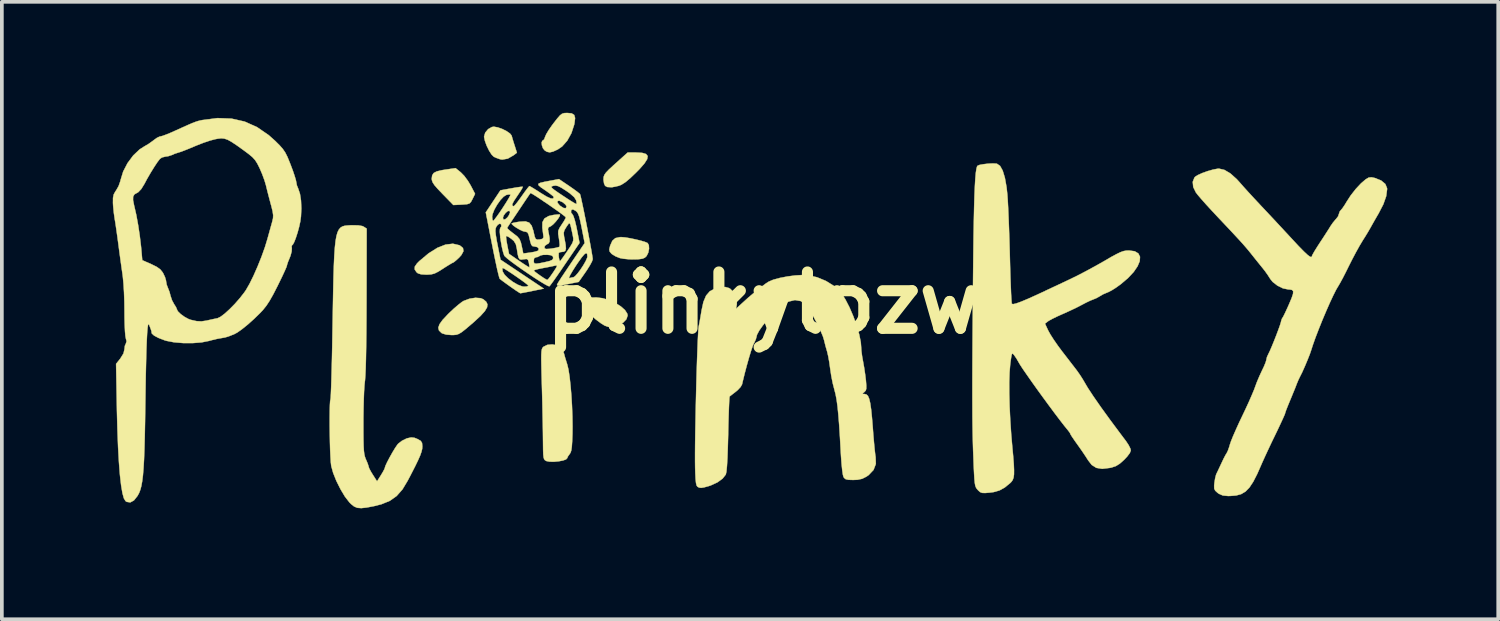
<source format=kicad_pcb>
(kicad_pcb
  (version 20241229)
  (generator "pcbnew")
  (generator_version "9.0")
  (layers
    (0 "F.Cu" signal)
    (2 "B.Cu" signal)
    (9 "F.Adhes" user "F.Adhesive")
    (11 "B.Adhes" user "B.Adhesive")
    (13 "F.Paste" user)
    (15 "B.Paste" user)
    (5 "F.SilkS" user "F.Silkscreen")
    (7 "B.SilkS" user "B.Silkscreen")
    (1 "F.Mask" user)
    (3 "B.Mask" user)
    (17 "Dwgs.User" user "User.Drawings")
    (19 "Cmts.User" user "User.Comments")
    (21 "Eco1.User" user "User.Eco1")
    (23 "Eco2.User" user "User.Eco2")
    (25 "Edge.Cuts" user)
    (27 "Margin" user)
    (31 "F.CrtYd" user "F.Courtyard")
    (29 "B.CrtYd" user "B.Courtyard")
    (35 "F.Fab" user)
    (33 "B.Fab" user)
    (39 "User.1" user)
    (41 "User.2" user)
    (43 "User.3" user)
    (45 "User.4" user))
  (footprint "plinkylpzw"
    (layer "F.Cu")
    (at 17.588 5.139)
    (property "Reference" "plinkylpzw" (at 0 0 0) (layer "F.SilkS") (effects (font (size 1.524 1.524) (thickness 0.3))))
    (attr through_hole)
    (fp_poly (pts (xy -8.178 -3.529) (xy -8.085 -3.434) (xy -7.986 -3.301) (xy -7.914 -3.182) (xy -7.791 -2.947) (xy -7.86 -2.807) (xy -7.901 -2.73) (xy -7.943 -2.687) (xy -8.008 -2.667) (xy -8.119 -2.658) (xy -8.153 -2.656) (xy -8.378 -2.645) (xy -8.67 -2.944) (xy -8.801 -3.081) (xy -8.888 -3.181) (xy -8.937 -3.256) (xy -8.959 -3.319) (xy -8.963 -3.358) (xy -8.951 -3.447) (xy -8.91 -3.51) (xy -8.826 -3.554) (xy -8.687 -3.587) (xy -8.586 -3.603) (xy -8.318 -3.642) (xy -8.178 -3.529)) (stroke (width 0.01) (type solid)) (fill yes) (layer "F.SilkS"))
    (fp_poly (pts (xy -7.18 -4.745) (xy -7.057 -4.702) (xy -6.938 -4.642) (xy -6.846 -4.578) (xy -6.803 -4.523) (xy -6.781 -4.445) (xy -6.746 -4.329) (xy -6.721 -4.252) (xy -6.66 -4.059) (xy -6.75 -3.99) (xy -6.908 -3.899) (xy -7.057 -3.874) (xy -7.114 -3.883) (xy -7.218 -3.92) (xy -7.284 -3.95) (xy -7.344 -4.009) (xy -7.412 -4.116) (xy -7.476 -4.246) (xy -7.524 -4.377) (xy -7.547 -4.485) (xy -7.547 -4.497) (xy -7.516 -4.602) (xy -7.438 -4.696) (xy -7.337 -4.754) (xy -7.285 -4.763) (xy -7.18 -4.745)) (stroke (width 0.01) (type solid)) (fill yes) (layer "F.SilkS"))
    (fp_poly (pts (xy -3.272 -4.055) (xy -3.168 -4.024) (xy -3.123 -3.969) (xy -3.137 -3.885) (xy -3.211 -3.769) (xy -3.344 -3.617) (xy -3.438 -3.522) (xy -3.601 -3.366) (xy -3.73 -3.259) (xy -3.834 -3.193) (xy -3.905 -3.164) (xy -4.089 -3.125) (xy -4.218 -3.132) (xy -4.274 -3.164) (xy -4.303 -3.227) (xy -4.318 -3.326) (xy -4.318 -3.342) (xy -4.314 -3.403) (xy -4.295 -3.458) (xy -4.253 -3.519) (xy -4.178 -3.598) (xy -4.061 -3.707) (xy -3.991 -3.77) (xy -3.664 -4.064) (xy -3.436 -4.064) (xy -3.272 -4.055)) (stroke (width 0.01) (type solid)) (fill yes) (layer "F.SilkS"))
    (fp_poly (pts (xy -4.341 -0.125) (xy -4.167 -0.073) (xy -3.998 0.003) (xy -3.85 0.096) (xy -3.737 0.196) (xy -3.674 0.295) (xy -3.665 0.342) (xy -3.698 0.443) (xy -3.787 0.536) (xy -3.913 0.608) (xy -4.06 0.649) (xy -4.127 0.653) (xy -4.207 0.645) (xy -4.288 0.615) (xy -4.386 0.554) (xy -4.52 0.454) (xy -4.53 0.446) (xy -4.648 0.345) (xy -4.744 0.252) (xy -4.802 0.181) (xy -4.812 0.159) (xy -4.81 0.073) (xy -4.776 -0.027) (xy -4.774 -0.032) (xy -4.735 -0.096) (xy -4.69 -0.13) (xy -4.614 -0.143) (xy -4.508 -0.145) (xy -4.341 -0.125)) (stroke (width 0.01) (type solid)) (fill yes) (layer "F.SilkS"))
    (fp_poly (pts (xy -8.215 -1.557) (xy -8.201 -1.55) (xy -8.118 -1.482) (xy -8.105 -1.397) (xy -8.161 -1.292) (xy -8.225 -1.221) (xy -8.306 -1.147) (xy -8.366 -1.098) (xy -8.385 -1.089) (xy -8.424 -1.07) (xy -8.507 -1.02) (xy -8.619 -0.95) (xy -8.656 -0.925) (xy -8.789 -0.842) (xy -8.889 -0.792) (xy -8.98 -0.769) (xy -9.087 -0.762) (xy -9.109 -0.762) (xy -9.248 -0.77) (xy -9.335 -0.797) (xy -9.374 -0.828) (xy -9.424 -0.904) (xy -9.421 -0.978) (xy -9.362 -1.064) (xy -9.298 -1.129) (xy -9.048 -1.338) (xy -8.811 -1.487) (xy -8.59 -1.574) (xy -8.39 -1.598) (xy -8.215 -1.557)) (stroke (width 0.01) (type solid)) (fill yes) (layer "F.SilkS"))
    (fp_poly (pts (xy -3.729 -1.768) (xy -3.591 -1.745) (xy -3.437 -1.712) (xy -3.292 -1.676) (xy -3.178 -1.64) (xy -3.125 -1.617) (xy -3.092 -1.559) (xy -3.086 -1.463) (xy -3.107 -1.357) (xy -3.151 -1.269) (xy -3.152 -1.266) (xy -3.201 -1.22) (xy -3.266 -1.193) (xy -3.368 -1.179) (xy -3.47 -1.175) (xy -3.626 -1.177) (xy -3.777 -1.192) (xy -3.873 -1.21) (xy -3.989 -1.256) (xy -4.086 -1.315) (xy -4.104 -1.33) (xy -4.152 -1.388) (xy -4.162 -1.446) (xy -4.14 -1.536) (xy -4.137 -1.547) (xy -4.079 -1.678) (xy -3.997 -1.75) (xy -3.874 -1.776) (xy -3.83 -1.777) (xy -3.729 -1.768)) (stroke (width 0.01) (type solid)) (fill yes) (layer "F.SilkS"))
    (fp_poly (pts (xy -7.64 -0.125) (xy -7.569 -0.096) (xy -7.491 -0.031) (xy -7.456 0.04) (xy -7.467 0.123) (xy -7.527 0.224) (xy -7.639 0.349) (xy -7.807 0.505) (xy -7.918 0.601) (xy -8.056 0.718) (xy -8.155 0.795) (xy -8.23 0.84) (xy -8.296 0.863) (xy -8.369 0.87) (xy -8.427 0.871) (xy -8.572 0.859) (xy -8.681 0.826) (xy -8.7 0.814) (xy -8.767 0.749) (xy -8.785 0.674) (xy -8.753 0.58) (xy -8.668 0.461) (xy -8.526 0.31) (xy -8.5 0.284) (xy -8.372 0.163) (xy -8.249 0.057) (xy -8.149 -0.021) (xy -8.101 -0.051) (xy -7.941 -0.111) (xy -7.78 -0.136) (xy -7.64 -0.125)) (stroke (width 0.01) (type solid)) (fill yes) (layer "F.SilkS"))
    (fp_poly (pts (xy -5.178 -5.123) (xy -5.11 -5.08) (xy -5.086 -4.996) (xy -5.102 -4.861) (xy -5.111 -4.816) (xy -5.186 -4.587) (xy -5.298 -4.385) (xy -5.437 -4.228) (xy -5.552 -4.149) (xy -5.681 -4.09) (xy -5.772 -4.069) (xy -5.848 -4.085) (xy -5.906 -4.12) (xy -5.954 -4.178) (xy -5.983 -4.258) (xy -5.991 -4.335) (xy -5.972 -4.384) (xy -5.954 -4.391) (xy -5.922 -4.422) (xy -5.897 -4.49) (xy -5.865 -4.563) (xy -5.799 -4.673) (xy -5.71 -4.801) (xy -5.664 -4.862) (xy -5.565 -4.989) (xy -5.495 -5.069) (xy -5.439 -5.112) (xy -5.382 -5.13) (xy -5.311 -5.134) (xy -5.298 -5.134) (xy -5.178 -5.123)) (stroke (width 0.01) (type solid)) (fill yes) (layer "F.SilkS"))
    (fp_poly (pts (xy -5.573 1.149) (xy -5.486 1.198) (xy -5.419 1.288) (xy -5.386 1.371) (xy -5.362 1.461) (xy -5.324 1.586) (xy -5.298 1.669) (xy -5.266 1.802) (xy -5.236 1.994) (xy -5.21 2.23) (xy -5.187 2.498) (xy -5.17 2.782) (xy -5.159 3.07) (xy -5.155 3.347) (xy -5.157 3.543) (xy -5.165 3.748) (xy -5.175 3.892) (xy -5.189 3.99) (xy -5.209 4.052) (xy -5.234 4.09) (xy -5.282 4.157) (xy -5.298 4.199) (xy -5.331 4.234) (xy -5.415 4.264) (xy -5.531 4.286) (xy -5.658 4.298) (xy -5.775 4.296) (xy -5.861 4.279) (xy -5.869 4.275) (xy -5.901 4.256) (xy -5.923 4.228) (xy -5.938 4.179) (xy -5.947 4.098) (xy -5.951 3.972) (xy -5.953 3.79) (xy -5.954 3.705) (xy -5.956 3.515) (xy -5.96 3.271) (xy -5.966 2.991) (xy -5.972 2.69) (xy -5.98 2.389) (xy -5.985 2.213) (xy -5.993 1.924) (xy -5.998 1.699) (xy -6.001 1.529) (xy -6 1.405) (xy -5.995 1.319) (xy -5.986 1.262) (xy -5.973 1.226) (xy -5.955 1.201) (xy -5.941 1.188) (xy -5.837 1.137) (xy -5.704 1.125) (xy -5.573 1.149)) (stroke (width 0.01) (type solid)) (fill yes) (layer "F.SilkS"))
    (fp_poly (pts (xy -10.959 -2.096) (xy -10.84 -2.076) (xy -10.8 -2.057) (xy -10.722 -2.006) (xy -10.726 -0.069) (xy -10.728 0.406) (xy -10.731 0.832) (xy -10.736 1.205) (xy -10.742 1.522) (xy -10.749 1.779) (xy -10.758 1.971) (xy -10.767 2.096) (xy -10.771 2.123) (xy -10.782 2.234) (xy -10.793 2.403) (xy -10.801 2.615) (xy -10.807 2.858) (xy -10.811 3.115) (xy -10.811 3.229) (xy -10.811 3.505) (xy -10.809 3.717) (xy -10.805 3.879) (xy -10.798 3.998) (xy -10.787 4.087) (xy -10.772 4.155) (xy -10.752 4.213) (xy -10.74 4.24) (xy -10.697 4.342) (xy -10.672 4.417) (xy -10.668 4.437) (xy -10.65 4.486) (xy -10.602 4.574) (xy -10.555 4.651) (xy -10.442 4.827) (xy -10.337 4.662) (xy -10.279 4.565) (xy -10.241 4.492) (xy -10.233 4.468) (xy -10.215 4.409) (xy -10.168 4.308) (xy -10.102 4.182) (xy -10.028 4.05) (xy -9.955 3.929) (xy -9.893 3.838) (xy -9.871 3.811) (xy -9.77 3.732) (xy -9.648 3.671) (xy -9.628 3.664) (xy -9.518 3.64) (xy -9.43 3.65) (xy -9.349 3.683) (xy -9.262 3.732) (xy -9.225 3.789) (xy -9.217 3.883) (xy -9.217 3.886) (xy -9.222 3.952) (xy -9.241 4.03) (xy -9.276 4.129) (xy -9.333 4.258) (xy -9.415 4.427) (xy -9.526 4.644) (xy -9.612 4.808) (xy -9.755 5.046) (xy -9.912 5.224) (xy -10.096 5.354) (xy -10.324 5.447) (xy -10.524 5.498) (xy -10.724 5.536) (xy -10.869 5.552) (xy -10.977 5.543) (xy -11.064 5.506) (xy -11.146 5.44) (xy -11.192 5.393) (xy -11.311 5.239) (xy -11.431 5.038) (xy -11.542 4.816) (xy -11.629 4.598) (xy -11.681 4.409) (xy -11.692 4.313) (xy -11.701 4.167) (xy -11.71 3.982) (xy -11.716 3.77) (xy -11.72 3.545) (xy -11.723 3.319) (xy -11.723 3.104) (xy -11.721 2.913) (xy -11.717 2.759) (xy -11.71 2.653) (xy -11.701 2.611) (xy -11.696 2.568) (xy -11.69 2.459) (xy -11.683 2.292) (xy -11.676 2.072) (xy -11.669 1.808) (xy -11.661 1.505) (xy -11.654 1.17) (xy -11.648 0.811) (xy -11.645 0.641) (xy -11.636 0.133) (xy -11.628 -0.308) (xy -11.62 -0.686) (xy -11.61 -1.006) (xy -11.598 -1.274) (xy -11.583 -1.492) (xy -11.564 -1.668) (xy -11.54 -1.805) (xy -11.51 -1.909) (xy -11.473 -1.983) (xy -11.429 -2.034) (xy -11.376 -2.066) (xy -11.314 -2.084) (xy -11.241 -2.092) (xy -11.157 -2.097) (xy -11.141 -2.097) (xy -10.959 -2.096)) (stroke (width 0.01) (type solid)) (fill yes) (layer "F.SilkS"))
    (fp_poly (pts (xy 1.206 -0.746) (xy 1.454 -0.692) (xy 1.698 -0.591) (xy 1.916 -0.456) (xy 2.087 -0.297) (xy 2.112 -0.266) (xy 2.223 -0.093) (xy 2.335 0.124) (xy 2.439 0.367) (xy 2.529 0.618) (xy 2.598 0.857) (xy 2.64 1.067) (xy 2.649 1.185) (xy 2.657 1.303) (xy 2.677 1.455) (xy 2.701 1.585) (xy 2.732 1.759) (xy 2.761 1.956) (xy 2.778 2.097) (xy 2.789 2.237) (xy 2.788 2.324) (xy 2.772 2.375) (xy 2.738 2.411) (xy 2.735 2.413) (xy 2.689 2.452) (xy 2.703 2.465) (xy 2.743 2.466) (xy 2.793 2.479) (xy 2.834 2.519) (xy 2.867 2.595) (xy 2.895 2.714) (xy 2.92 2.884) (xy 2.943 3.113) (xy 2.963 3.356) (xy 2.98 3.582) (xy 2.998 3.79) (xy 3.015 3.968) (xy 3.03 4.1) (xy 3.041 4.173) (xy 3.047 4.357) (xy 2.985 4.518) (xy 2.854 4.657) (xy 2.792 4.7) (xy 2.677 4.758) (xy 2.551 4.785) (xy 2.433 4.79) (xy 2.307 4.786) (xy 2.234 4.771) (xy 2.191 4.737) (xy 2.172 4.708) (xy 2.155 4.644) (xy 2.137 4.52) (xy 2.12 4.351) (xy 2.105 4.149) (xy 2.098 4.028) (xy 2.076 3.633) (xy 2.055 3.302) (xy 2.033 3.029) (xy 2.011 2.805) (xy 1.986 2.622) (xy 1.958 2.472) (xy 1.926 2.349) (xy 1.924 2.34) (xy 1.881 2.174) (xy 1.842 1.977) (xy 1.814 1.789) (xy 1.812 1.778) (xy 1.789 1.611) (xy 1.76 1.449) (xy 1.731 1.323) (xy 1.726 1.306) (xy 1.688 1.175) (xy 1.656 1.047) (xy 1.649 1.016) (xy 1.616 0.908) (xy 1.553 0.758) (xy 1.47 0.584) (xy 1.377 0.406) (xy 1.284 0.242) (xy 1.2 0.112) (xy 1.149 0.045) (xy 1.016 -0.048) (xy 0.86 -0.075) (xy 0.689 -0.034) (xy 0.642 -0.013) (xy 0.527 0.063) (xy 0.393 0.176) (xy 0.252 0.314) (xy 0.114 0.463) (xy -0.009 0.612) (xy -0.106 0.749) (xy -0.166 0.861) (xy -0.181 0.921) (xy -0.199 0.987) (xy -0.241 1.079) (xy -0.251 1.096) (xy -0.285 1.174) (xy -0.331 1.31) (xy -0.385 1.488) (xy -0.443 1.694) (xy -0.501 1.914) (xy -0.555 2.134) (xy -0.571 2.205) (xy -0.609 2.274) (xy -0.687 2.358) (xy -0.739 2.402) (xy -0.827 2.47) (xy -0.89 2.519) (xy -0.907 2.532) (xy -0.913 2.57) (xy -0.919 2.672) (xy -0.926 2.828) (xy -0.933 3.027) (xy -0.94 3.262) (xy -0.946 3.522) (xy -0.946 3.55) (xy -0.956 3.909) (xy -0.966 4.196) (xy -0.979 4.413) (xy -0.993 4.561) (xy -1.01 4.64) (xy -1.012 4.645) (xy -1.098 4.754) (xy -1.239 4.856) (xy -1.418 4.938) (xy -1.472 4.956) (xy -1.599 4.991) (xy -1.678 5.004) (xy -1.733 4.996) (xy -1.776 4.973) (xy -1.799 4.942) (xy -1.816 4.875) (xy -1.828 4.762) (xy -1.836 4.594) (xy -1.84 4.456) (xy -1.842 4.29) (xy -1.842 4.074) (xy -1.84 3.817) (xy -1.836 3.526) (xy -1.83 3.211) (xy -1.824 2.881) (xy -1.816 2.544) (xy -1.808 2.209) (xy -1.799 1.884) (xy -1.789 1.579) (xy -1.779 1.301) (xy -1.77 1.06) (xy -1.76 0.864) (xy -1.752 0.721) (xy -1.744 0.642) (xy -1.742 0.635) (xy -1.721 0.526) (xy -1.694 0.376) (xy -1.668 0.218) (xy -1.667 0.21) (xy -1.616 -0.024) (xy -1.543 -0.196) (xy -1.441 -0.314) (xy -1.302 -0.388) (xy -1.155 -0.421) (xy -1.025 -0.428) (xy -0.927 -0.4) (xy -0.889 -0.378) (xy -0.78 -0.266) (xy -0.717 -0.118) (xy -0.712 0.041) (xy -0.713 0.043) (xy -0.735 0.163) (xy -0.576 0.016) (xy -0.405 -0.139) (xy -0.229 -0.288) (xy -0.065 -0.42) (xy 0.073 -0.523) (xy 0.145 -0.57) (xy 0.271 -0.624) (xy 0.447 -0.672) (xy 0.652 -0.712) (xy 0.864 -0.74) (xy 1.062 -0.752) (xy 1.206 -0.746)) (stroke (width 0.01) (type solid)) (fill yes) (layer "F.SilkS"))
    (fp_poly (pts (xy 6.301 -3.765) (xy 6.322 -3.761) (xy 6.406 -3.703) (xy 6.477 -3.576) (xy 6.536 -3.383) (xy 6.582 -3.125) (xy 6.604 -2.921) (xy 6.614 -2.777) (xy 6.625 -2.572) (xy 6.636 -2.321) (xy 6.647 -2.035) (xy 6.658 -1.727) (xy 6.667 -1.411) (xy 6.671 -1.249) (xy 6.679 -0.956) (xy 6.687 -0.685) (xy 6.696 -0.445) (xy 6.704 -0.246) (xy 6.713 -0.095) (xy 6.72 -0.001) (xy 6.725 0.027) (xy 6.761 0.036) (xy 6.842 0.017) (xy 6.974 -0.03) (xy 7.16 -0.108) (xy 7.404 -0.218) (xy 7.566 -0.293) (xy 7.717 -0.365) (xy 7.908 -0.454) (xy 8.114 -0.551) (xy 8.29 -0.634) (xy 8.489 -0.731) (xy 8.722 -0.852) (xy 8.963 -0.983) (xy 9.185 -1.108) (xy 9.217 -1.126) (xy 9.409 -1.238) (xy 9.553 -1.316) (xy 9.66 -1.368) (xy 9.744 -1.398) (xy 9.819 -1.412) (xy 9.893 -1.415) (xy 10.048 -1.394) (xy 10.146 -1.335) (xy 10.191 -1.244) (xy 10.183 -1.127) (xy 10.125 -0.989) (xy 10.02 -0.835) (xy 9.868 -0.672) (xy 9.672 -0.505) (xy 9.543 -0.412) (xy 9.433 -0.342) (xy 9.331 -0.289) (xy 9.289 -0.272) (xy 9.19 -0.23) (xy 9.108 -0.181) (xy 9.008 -0.125) (xy 8.926 -0.092) (xy 8.848 -0.061) (xy 8.732 -0.006) (xy 8.618 0.054) (xy 8.479 0.126) (xy 8.305 0.209) (xy 8.129 0.289) (xy 8.092 0.305) (xy 7.945 0.371) (xy 7.815 0.435) (xy 7.724 0.485) (xy 7.702 0.5) (xy 7.621 0.562) (xy 7.709 0.752) (xy 7.767 0.856) (xy 7.857 0.997) (xy 7.968 1.157) (xy 8.08 1.308) (xy 8.201 1.464) (xy 8.317 1.615) (xy 8.415 1.742) (xy 8.48 1.826) (xy 8.566 1.948) (xy 8.647 2.075) (xy 8.672 2.118) (xy 8.779 2.3) (xy 8.933 2.534) (xy 9.132 2.82) (xy 9.379 3.161) (xy 9.672 3.555) (xy 9.814 3.743) (xy 9.884 3.849) (xy 9.931 3.944) (xy 9.942 3.99) (xy 9.916 4.06) (xy 9.843 4.158) (xy 9.761 4.245) (xy 9.643 4.35) (xy 9.538 4.415) (xy 9.418 4.455) (xy 9.374 4.464) (xy 9.169 4.489) (xy 9.01 4.463) (xy 8.884 4.383) (xy 8.788 4.259) (xy 8.719 4.151) (xy 8.625 4.011) (xy 8.523 3.866) (xy 8.501 3.835) (xy 8.416 3.716) (xy 8.351 3.62) (xy 8.314 3.561) (xy 8.31 3.55) (xy 8.289 3.508) (xy 8.238 3.441) (xy 8.141 3.322) (xy 8.018 3.163) (xy 7.874 2.973) (xy 7.719 2.764) (xy 7.559 2.546) (xy 7.401 2.328) (xy 7.253 2.12) (xy 7.122 1.933) (xy 7.015 1.778) (xy 6.941 1.663) (xy 6.913 1.615) (xy 6.851 1.508) (xy 6.79 1.419) (xy 6.759 1.382) (xy 6.737 1.372) (xy 6.721 1.401) (xy 6.706 1.479) (xy 6.687 1.615) (xy 6.68 1.673) (xy 6.663 1.879) (xy 6.654 2.144) (xy 6.655 2.456) (xy 6.664 2.802) (xy 6.682 3.171) (xy 6.707 3.549) (xy 6.734 3.86) (xy 6.76 4.14) (xy 6.777 4.356) (xy 6.784 4.52) (xy 6.783 4.641) (xy 6.771 4.727) (xy 6.748 4.79) (xy 6.715 4.838) (xy 6.686 4.868) (xy 6.532 4.995) (xy 6.391 5.073) (xy 6.234 5.118) (xy 6.131 5.132) (xy 6.002 5.143) (xy 5.921 5.14) (xy 5.866 5.118) (xy 5.814 5.071) (xy 5.805 5.061) (xy 5.775 5.027) (xy 5.753 4.99) (xy 5.735 4.94) (xy 5.722 4.866) (xy 5.712 4.759) (xy 5.703 4.608) (xy 5.693 4.404) (xy 5.685 4.179) (xy 5.677 3.98) (xy 5.671 3.777) (xy 5.666 3.565) (xy 5.662 3.339) (xy 5.659 3.092) (xy 5.658 2.82) (xy 5.657 2.517) (xy 5.657 2.178) (xy 5.658 1.797) (xy 5.66 1.369) (xy 5.663 0.889) (xy 5.667 0.352) (xy 5.672 -0.249) (xy 5.677 -0.744) (xy 5.683 -1.308) (xy 5.689 -1.802) (xy 5.697 -2.231) (xy 5.705 -2.598) (xy 5.714 -2.906) (xy 5.725 -3.158) (xy 5.737 -3.359) (xy 5.75 -3.511) (xy 5.766 -3.618) (xy 5.783 -3.683) (xy 5.796 -3.706) (xy 5.851 -3.729) (xy 5.954 -3.748) (xy 6.08 -3.763) (xy 6.204 -3.769) (xy 6.301 -3.765)) (stroke (width 0.01) (type solid)) (fill yes) (layer "F.SilkS"))
    (fp_poly (pts (xy 12.471 -3.595) (xy 12.634 -3.499) (xy 12.807 -3.344) (xy 12.884 -3.259) (xy 12.982 -3.147) (xy 13.115 -3) (xy 13.267 -2.835) (xy 13.422 -2.669) (xy 13.461 -2.627) (xy 13.622 -2.456) (xy 13.813 -2.252) (xy 14.014 -2.036) (xy 14.207 -1.828) (xy 14.297 -1.731) (xy 14.48 -1.534) (xy 14.621 -1.39) (xy 14.723 -1.295) (xy 14.791 -1.245) (xy 14.829 -1.237) (xy 14.841 -1.268) (xy 14.86 -1.31) (xy 14.911 -1.399) (xy 14.986 -1.519) (xy 15.052 -1.621) (xy 15.15 -1.77) (xy 15.241 -1.911) (xy 15.313 -2.024) (xy 15.341 -2.071) (xy 15.411 -2.172) (xy 15.481 -2.256) (xy 15.493 -2.267) (xy 15.548 -2.339) (xy 15.567 -2.396) (xy 15.593 -2.472) (xy 15.619 -2.502) (xy 15.665 -2.557) (xy 15.729 -2.651) (xy 15.778 -2.733) (xy 15.889 -2.904) (xy 16.025 -3.078) (xy 16.168 -3.231) (xy 16.294 -3.339) (xy 16.375 -3.387) (xy 16.452 -3.395) (xy 16.54 -3.376) (xy 16.711 -3.308) (xy 16.824 -3.214) (xy 16.871 -3.1) (xy 16.873 -3.075) (xy 16.848 -2.884) (xy 16.771 -2.665) (xy 16.639 -2.41) (xy 16.619 -2.377) (xy 16.542 -2.244) (xy 16.466 -2.11) (xy 16.433 -2.05) (xy 16.373 -1.945) (xy 16.291 -1.809) (xy 16.204 -1.671) (xy 16.203 -1.669) (xy 16.127 -1.542) (xy 16.032 -1.371) (xy 15.931 -1.18) (xy 15.839 -0.998) (xy 15.754 -0.826) (xy 15.674 -0.67) (xy 15.606 -0.545) (xy 15.561 -0.467) (xy 15.557 -0.461) (xy 15.496 -0.358) (xy 15.416 -0.199) (xy 15.323 0.000332) (xy 15.223 0.228) (xy 15.121 0.469) (xy 15.024 0.711) (xy 14.936 0.939) (xy 14.864 1.142) (xy 14.823 1.27) (xy 14.782 1.39) (xy 14.719 1.549) (xy 14.647 1.72) (xy 14.576 1.879) (xy 14.516 1.998) (xy 14.51 2.01) (xy 14.472 2.089) (xy 14.428 2.195) (xy 14.423 2.209) (xy 14.387 2.303) (xy 14.331 2.439) (xy 14.268 2.593) (xy 14.245 2.647) (xy 14.188 2.786) (xy 14.143 2.9) (xy 14.118 2.972) (xy 14.115 2.987) (xy 14.1 3.029) (xy 14.058 3.124) (xy 13.994 3.262) (xy 13.915 3.431) (xy 13.848 3.569) (xy 13.749 3.773) (xy 13.654 3.975) (xy 13.57 4.156) (xy 13.505 4.299) (xy 13.481 4.354) (xy 13.361 4.627) (xy 13.253 4.838) (xy 13.15 4.994) (xy 13.044 5.103) (xy 12.926 5.173) (xy 12.79 5.21) (xy 12.626 5.223) (xy 12.573 5.224) (xy 12.43 5.21) (xy 12.323 5.163) (xy 12.286 5.136) (xy 12.224 5.079) (xy 12.197 5.021) (xy 12.196 4.937) (xy 12.203 4.868) (xy 12.222 4.748) (xy 12.247 4.65) (xy 12.259 4.62) (xy 12.292 4.553) (xy 12.343 4.445) (xy 12.394 4.336) (xy 12.451 4.215) (xy 12.503 4.115) (xy 12.535 4.064) (xy 12.568 3.997) (xy 12.605 3.891) (xy 12.62 3.837) (xy 12.65 3.748) (xy 12.706 3.608) (xy 12.783 3.433) (xy 12.872 3.236) (xy 12.949 3.075) (xy 13.047 2.869) (xy 13.138 2.671) (xy 13.215 2.494) (xy 13.273 2.356) (xy 13.299 2.286) (xy 13.35 2.147) (xy 13.42 1.982) (xy 13.485 1.842) (xy 13.545 1.716) (xy 13.588 1.61) (xy 13.607 1.544) (xy 13.607 1.54) (xy 13.624 1.466) (xy 13.662 1.384) (xy 13.7 1.306) (xy 13.753 1.184) (xy 13.813 1.037) (xy 13.875 0.88) (xy 13.931 0.731) (xy 13.976 0.606) (xy 14.002 0.521) (xy 14.006 0.498) (xy 14.029 0.428) (xy 14.038 0.415) (xy 14.066 0.369) (xy 14.114 0.272) (xy 14.175 0.14) (xy 14.22 0.039) (xy 14.291 -0.129) (xy 14.329 -0.242) (xy 14.333 -0.312) (xy 14.303 -0.348) (xy 14.238 -0.361) (xy 14.201 -0.362) (xy 14.058 -0.391) (xy 13.907 -0.465) (xy 13.778 -0.566) (xy 13.716 -0.643) (xy 13.64 -0.761) (xy 13.559 -0.874) (xy 13.547 -0.888) (xy 13.485 -0.966) (xy 13.392 -1.081) (xy 13.287 -1.212) (xy 13.241 -1.27) (xy 13.17 -1.359) (xy 13.107 -1.436) (xy 13.045 -1.509) (xy 12.977 -1.587) (xy 12.897 -1.676) (xy 12.795 -1.786) (xy 12.667 -1.924) (xy 12.503 -2.098) (xy 12.298 -2.315) (xy 12.273 -2.342) (xy 12.116 -2.51) (xy 11.97 -2.669) (xy 11.846 -2.809) (xy 11.753 -2.918) (xy 11.702 -2.984) (xy 11.63 -3.132) (xy 11.617 -3.271) (xy 11.662 -3.386) (xy 11.682 -3.409) (xy 11.756 -3.456) (xy 11.877 -3.51) (xy 12.022 -3.562) (xy 12.167 -3.603) (xy 12.288 -3.626) (xy 12.324 -3.629) (xy 12.471 -3.595)) (stroke (width 0.01) (type solid)) (fill yes) (layer "F.SilkS"))
    (fp_poly (pts (xy -14.377 -4.981) (xy -14.022 -4.901) (xy -13.688 -4.752) (xy -13.372 -4.535) (xy -13.2 -4.382) (xy -13.078 -4.261) (xy -12.992 -4.163) (xy -12.926 -4.067) (xy -12.867 -3.951) (xy -12.803 -3.795) (xy -12.778 -3.731) (xy -12.717 -3.569) (xy -12.669 -3.426) (xy -12.637 -3.318) (xy -12.627 -3.267) (xy -12.611 -3.18) (xy -12.571 -3.081) (xy -12.571 -3.08) (xy -12.526 -2.946) (xy -12.498 -2.763) (xy -12.489 -2.552) (xy -12.499 -2.335) (xy -12.517 -2.202) (xy -12.549 -2.054) (xy -12.591 -1.9) (xy -12.637 -1.758) (xy -12.681 -1.644) (xy -12.719 -1.574) (xy -12.738 -1.56) (xy -12.751 -1.53) (xy -12.746 -1.474) (xy -12.751 -1.39) (xy -12.781 -1.277) (xy -12.805 -1.215) (xy -12.849 -1.109) (xy -12.876 -1.027) (xy -12.881 -1.001) (xy -12.897 -0.956) (xy -12.94 -0.858) (xy -13.004 -0.72) (xy -13.085 -0.553) (xy -13.134 -0.453) (xy -13.249 -0.229) (xy -13.346 -0.057) (xy -13.435 0.078) (xy -13.527 0.193) (xy -13.601 0.272) (xy -13.767 0.434) (xy -13.934 0.584) (xy -14.089 0.709) (xy -14.218 0.801) (xy -14.297 0.844) (xy -14.396 0.884) (xy -14.46 0.909) (xy -14.547 0.935) (xy -14.656 0.955) (xy -14.659 0.955) (xy -14.768 0.975) (xy -14.907 1.008) (xy -14.986 1.03) (xy -15.188 1.07) (xy -15.43 1.089) (xy -15.687 1.088) (xy -15.933 1.067) (xy -16.142 1.027) (xy -16.192 1.011) (xy -16.354 0.948) (xy -16.471 0.886) (xy -16.532 0.83) (xy -16.539 0.803) (xy -16.54 0.778) (xy -16.554 0.73) (xy -16.588 0.64) (xy -16.607 0.59) (xy -16.622 0.572) (xy -16.636 0.604) (xy -16.648 0.686) (xy -16.659 0.823) (xy -16.669 1.017) (xy -16.679 1.271) (xy -16.687 1.587) (xy -16.696 1.968) (xy -16.703 2.417) (xy -16.708 2.74) (xy -16.715 3.208) (xy -16.723 3.609) (xy -16.732 3.95) (xy -16.743 4.236) (xy -16.757 4.474) (xy -16.773 4.669) (xy -16.793 4.827) (xy -16.816 4.955) (xy -16.844 5.059) (xy -16.877 5.144) (xy -16.916 5.216) (xy -16.916 5.217) (xy -17.015 5.342) (xy -17.114 5.397) (xy -17.212 5.382) (xy -17.243 5.361) (xy -17.287 5.289) (xy -17.327 5.146) (xy -17.363 4.933) (xy -17.395 4.653) (xy -17.422 4.307) (xy -17.445 3.897) (xy -17.463 3.424) (xy -17.477 2.89) (xy -17.478 2.812) (xy -17.499 1.651) (xy -17.386 1.51) (xy -17.298 1.368) (xy -17.272 1.254) (xy -17.261 1.162) (xy -17.234 1.102) (xy -17.215 1.039) (xy -17.234 0.965) (xy -17.247 0.897) (xy -17.258 0.77) (xy -17.266 0.598) (xy -17.271 0.396) (xy -17.272 0.229) (xy -17.275 -0.026) (xy -17.284 -0.28) (xy -17.298 -0.513) (xy -17.316 -0.702) (xy -17.323 -0.758) (xy -17.349 -0.938) (xy -17.38 -1.161) (xy -17.412 -1.395) (xy -17.436 -1.578) (xy -17.463 -1.78) (xy -17.491 -1.977) (xy -17.516 -2.148) (xy -17.536 -2.268) (xy -17.56 -2.435) (xy -17.578 -2.617) (xy -17.583 -2.702) (xy -17.582 -2.777) (xy -17.04 -2.777) (xy -17.011 -2.631) (xy -17.004 -2.603) (xy -16.952 -2.374) (xy -16.902 -2.1) (xy -16.858 -1.807) (xy -16.824 -1.522) (xy -16.816 -1.438) (xy -16.791 -1.153) (xy -16.546 -1.045) (xy -16.402 -0.974) (xy -16.306 -0.906) (xy -16.241 -0.826) (xy -16.225 -0.799) (xy -16.176 -0.695) (xy -16.149 -0.603) (xy -16.147 -0.583) (xy -16.131 -0.492) (xy -16.098 -0.406) (xy -16.055 -0.297) (xy -16.026 -0.187) (xy -15.986 -0.068) (xy -15.93 0.036) (xy -15.88 0.114) (xy -15.857 0.168) (xy -15.857 0.171) (xy -15.827 0.231) (xy -15.751 0.305) (xy -15.649 0.379) (xy -15.54 0.438) (xy -15.483 0.459) (xy -15.325 0.495) (xy -15.194 0.502) (xy -15.051 0.481) (xy -15.014 0.472) (xy -14.889 0.444) (xy -14.773 0.42) (xy -14.753 0.416) (xy -14.672 0.376) (xy -14.559 0.291) (xy -14.428 0.171) (xy -14.288 0.029) (xy -14.154 -0.124) (xy -14.035 -0.276) (xy -13.989 -0.342) (xy -13.891 -0.512) (xy -13.782 -0.733) (xy -13.671 -0.985) (xy -13.565 -1.249) (xy -13.473 -1.507) (xy -13.407 -1.724) (xy -13.361 -1.889) (xy -13.317 -2.048) (xy -13.282 -2.173) (xy -13.274 -2.204) (xy -13.254 -2.29) (xy -13.251 -2.373) (xy -13.266 -2.475) (xy -13.301 -2.619) (xy -13.312 -2.657) (xy -13.358 -2.83) (xy -13.404 -3.007) (xy -13.44 -3.153) (xy -13.443 -3.168) (xy -13.485 -3.31) (xy -13.547 -3.479) (xy -13.616 -3.64) (xy -13.617 -3.641) (xy -13.679 -3.765) (xy -13.739 -3.859) (xy -13.813 -3.941) (xy -13.917 -4.027) (xy -14.046 -4.123) (xy -14.23 -4.255) (xy -14.37 -4.348) (xy -14.478 -4.409) (xy -14.568 -4.44) (xy -14.652 -4.449) (xy -14.744 -4.439) (xy -14.819 -4.425) (xy -14.955 -4.389) (xy -15.126 -4.332) (xy -15.304 -4.263) (xy -15.367 -4.237) (xy -15.521 -4.172) (xy -15.662 -4.116) (xy -15.769 -4.077) (xy -15.803 -4.067) (xy -15.911 -4.032) (xy -15.991 -3.997) (xy -16.092 -3.964) (xy -16.163 -3.955) (xy -16.258 -3.931) (xy -16.314 -3.892) (xy -16.381 -3.805) (xy -16.469 -3.672) (xy -16.568 -3.512) (xy -16.665 -3.344) (xy -16.731 -3.219) (xy -16.818 -3.077) (xy -16.9 -2.991) (xy -16.929 -2.975) (xy -17.002 -2.934) (xy -17.038 -2.873) (xy -17.04 -2.777) (xy -17.582 -2.777) (xy -17.582 -2.837) (xy -17.563 -2.93) (xy -17.518 -3.012) (xy -17.499 -3.038) (xy -17.432 -3.154) (xy -17.384 -3.29) (xy -17.378 -3.318) (xy -17.307 -3.55) (xy -17.189 -3.778) (xy -17.036 -3.984) (xy -16.862 -4.149) (xy -16.741 -4.226) (xy -16.616 -4.3) (xy -16.495 -4.387) (xy -16.482 -4.398) (xy -16.393 -4.462) (xy -16.318 -4.497) (xy -16.301 -4.499) (xy -16.243 -4.514) (xy -16.136 -4.553) (xy -16 -4.609) (xy -15.912 -4.649) (xy -15.704 -4.743) (xy -15.55 -4.812) (xy -15.436 -4.861) (xy -15.352 -4.893) (xy -15.285 -4.915) (xy -15.222 -4.931) (xy -15.167 -4.942) (xy -14.758 -4.995) (xy -14.377 -4.981)) (stroke (width 0.01) (type solid)) (fill yes) (layer "F.SilkS"))
    (fp_poly (pts (xy -5.249 -3.161) (xy -5.126 -3.075) (xy -5.025 -3.001) (xy -4.964 -2.951) (xy -4.953 -2.939) (xy -4.939 -2.893) (xy -4.915 -2.787) (xy -4.882 -2.635) (xy -4.843 -2.448) (xy -4.801 -2.239) (xy -4.758 -2.019) (xy -4.717 -1.802) (xy -4.679 -1.599) (xy -4.647 -1.423) (xy -4.624 -1.285) (xy -4.611 -1.199) (xy -4.61 -1.179) (xy -4.63 -1.118) (xy -4.684 -1.017) (xy -4.762 -0.892) (xy -4.8 -0.836) (xy -4.989 -0.565) (xy -5.291 -0.505) (xy -5.437 -0.477) (xy -5.526 -0.466) (xy -5.567 -0.469) (xy -5.575 -0.489) (xy -5.572 -0.498) (xy -5.546 -0.544) (xy -5.485 -0.639) (xy -5.455 -0.686) (xy -5.249 -0.686) (xy -5.245 -0.666) (xy -5.244 -0.666) (xy -5.164 -0.687) (xy -5.134 -0.689) (xy -5.087 -0.719) (xy -5.018 -0.795) (xy -4.939 -0.9) (xy -4.862 -1.018) (xy -4.798 -1.13) (xy -4.76 -1.219) (xy -4.753 -1.251) (xy -4.761 -1.323) (xy -4.786 -1.346) (xy -4.833 -1.316) (xy -4.906 -1.231) (xy -5.009 -1.087) (xy -5.061 -1.01) (xy -5.152 -0.867) (xy -5.217 -0.756) (xy -5.249 -0.686) (xy -5.455 -0.686) (xy -5.398 -0.772) (xy -5.29 -0.933) (xy -5.189 -1.083) (xy -4.827 -1.615) (xy -4.907 -2.024) (xy -4.945 -2.208) (xy -4.976 -2.333) (xy -5.007 -2.414) (xy -5.042 -2.464) (xy -5.074 -2.49) (xy -5.142 -2.526) (xy -5.18 -2.515) (xy -5.193 -2.498) (xy -5.195 -2.438) (xy -5.167 -2.407) (xy -5.132 -2.349) (xy -5.093 -2.23) (xy -5.052 -2.062) (xy -5.038 -1.992) (xy -4.966 -1.62) (xy -5.359 -1.043) (xy -5.482 -0.862) (xy -5.593 -0.702) (xy -5.684 -0.574) (xy -5.749 -0.485) (xy -5.78 -0.447) (xy -5.781 -0.446) (xy -5.822 -0.458) (xy -5.911 -0.506) (xy -6.035 -0.581) (xy -6.185 -0.677) (xy -6.348 -0.786) (xy -6.476 -0.874) (xy -6.204 -0.874) (xy -6.177 -0.845) (xy -6.108 -0.792) (xy -6.019 -0.729) (xy -5.93 -0.669) (xy -5.862 -0.629) (xy -5.838 -0.619) (xy -5.808 -0.646) (xy -5.752 -0.718) (xy -5.681 -0.82) (xy -5.68 -0.821) (xy -5.61 -0.929) (xy -5.578 -0.988) (xy -5.581 -1.01) (xy -5.615 -1.008) (xy -5.63 -1.005) (xy -5.709 -0.988) (xy -5.832 -0.963) (xy -5.96 -0.939) (xy -6.082 -0.914) (xy -6.169 -0.891) (xy -6.204 -0.874) (xy -6.204 -0.874) (xy -6.476 -0.874) (xy -6.515 -0.9) (xy -6.673 -1.012) (xy -6.812 -1.114) (xy -6.921 -1.199) (xy -6.988 -1.26) (xy -7.003 -1.28) (xy -7.035 -1.378) (xy -7.066 -1.509) (xy -7.092 -1.656) (xy -7.108 -1.765) (xy -6.952 -1.765) (xy -6.941 -1.673) (xy -6.92 -1.557) (xy -6.873 -1.324) (xy -6.603 -1.137) (xy -6.483 -1.056) (xy -6.388 -0.995) (xy -6.332 -0.962) (xy -6.323 -0.959) (xy -6.322 -0.997) (xy -6.335 -1.076) (xy -6.336 -1.084) (xy -6.353 -1.143) (xy -6.205 -1.143) (xy -6.201 -1.093) (xy -6.181 -1.065) (xy -6.131 -1.059) (xy -6.037 -1.072) (xy -5.896 -1.101) (xy -5.772 -1.131) (xy -5.705 -1.161) (xy -5.68 -1.2) (xy -5.679 -1.217) (xy -5.692 -1.263) (xy -5.744 -1.288) (xy -5.838 -1.3) (xy -5.944 -1.298) (xy -6.021 -1.282) (xy -6.036 -1.272) (xy -6.103 -1.238) (xy -6.14 -1.234) (xy -6.192 -1.208) (xy -6.205 -1.143) (xy -6.353 -1.143) (xy -6.358 -1.161) (xy -6.399 -1.186) (xy -6.478 -1.177) (xy -6.545 -1.168) (xy -6.589 -1.181) (xy -6.618 -1.229) (xy -6.635 -1.305) (xy -5.533 -1.305) (xy -5.526 -1.229) (xy -5.512 -1.158) (xy -5.495 -1.125) (xy -5.494 -1.125) (xy -5.47 -1.153) (xy -5.415 -1.228) (xy -5.339 -1.336) (xy -5.298 -1.396) (xy -5.212 -1.526) (xy -5.16 -1.615) (xy -5.137 -1.682) (xy -5.135 -1.746) (xy -5.149 -1.826) (xy -5.152 -1.84) (xy -5.187 -2.003) (xy -5.211 -2.104) (xy -5.23 -2.15) (xy -5.251 -2.15) (xy -5.281 -2.112) (xy -5.321 -2.054) (xy -5.374 -1.966) (xy -5.394 -1.894) (xy -5.386 -1.803) (xy -5.373 -1.738) (xy -5.342 -1.572) (xy -5.334 -1.465) (xy -5.352 -1.405) (xy -5.396 -1.381) (xy -5.423 -1.379) (xy -5.497 -1.369) (xy -5.528 -1.351) (xy -5.533 -1.305) (xy -6.635 -1.305) (xy -6.64 -1.324) (xy -6.661 -1.462) (xy -6.689 -1.586) (xy -6.743 -1.673) (xy -6.809 -1.73) (xy -6.888 -1.784) (xy -6.941 -1.808) (xy -6.95 -1.807) (xy -6.952 -1.765) (xy -7.108 -1.765) (xy -7.112 -1.798) (xy -7.122 -1.917) (xy -7.119 -1.994) (xy -7.113 -2.01) (xy -7.103 -2.027) (xy -6.923 -2.027) (xy -6.902 -1.996) (xy -6.835 -1.938) (xy -6.754 -1.875) (xy -6.65 -1.795) (xy -6.589 -1.722) (xy -6.552 -1.631) (xy -6.531 -1.54) (xy -6.488 -1.334) (xy -6.301 -1.359) (xy -6.189 -1.378) (xy -6.107 -1.402) (xy -6.083 -1.414) (xy -6.067 -1.464) (xy -6.107 -1.507) (xy -6.186 -1.524) (xy -6.238 -1.533) (xy -6.272 -1.571) (xy -6.299 -1.656) (xy -6.314 -1.724) (xy -6.342 -1.84) (xy -6.372 -1.9) (xy -6.414 -1.922) (xy -6.434 -1.923) (xy -6.499 -1.939) (xy -6.586 -1.98) (xy -6.677 -2.033) (xy -6.754 -2.087) (xy -6.798 -2.131) (xy -6.798 -2.151) (xy -6.747 -2.165) (xy -6.65 -2.184) (xy -6.575 -2.195) (xy -6.429 -2.202) (xy -6.328 -2.169) (xy -6.261 -2.086) (xy -6.213 -1.943) (xy -6.204 -1.899) (xy -6.178 -1.786) (xy -6.152 -1.729) (xy -6.113 -1.71) (xy -6.048 -1.712) (xy -5.967 -1.73) (xy -5.941 -1.771) (xy -5.942 -1.796) (xy -5.952 -1.877) (xy -5.967 -1.991) (xy -5.972 -2.032) (xy -5.97 -2.178) (xy -5.914 -2.281) (xy -5.8 -2.347) (xy -5.678 -2.375) (xy -5.576 -2.387) (xy -5.508 -2.39) (xy -5.495 -2.386) (xy -5.501 -2.347) (xy -5.544 -2.277) (xy -5.609 -2.195) (xy -5.679 -2.121) (xy -5.74 -2.073) (xy -5.751 -2.069) (xy -5.804 -2.04) (xy -5.82 -1.996) (xy -5.806 -1.909) (xy -5.803 -1.898) (xy -5.775 -1.748) (xy -5.776 -1.653) (xy -5.808 -1.601) (xy -5.842 -1.586) (xy -5.901 -1.544) (xy -5.915 -1.505) (xy -5.905 -1.469) (xy -5.867 -1.455) (xy -5.782 -1.46) (xy -5.724 -1.467) (xy -5.612 -1.486) (xy -5.533 -1.506) (xy -5.51 -1.517) (xy -5.503 -1.564) (xy -5.511 -1.658) (xy -5.524 -1.746) (xy -5.543 -1.865) (xy -5.541 -1.946) (xy -5.51 -2.02) (xy -5.448 -2.115) (xy -5.385 -2.212) (xy -5.345 -2.285) (xy -5.336 -2.311) (xy -5.364 -2.339) (xy -5.44 -2.398) (xy -5.551 -2.479) (xy -5.686 -2.574) (xy -5.831 -2.675) (xy -5.945 -2.752) (xy -5.563 -2.752) (xy -5.56 -2.704) (xy -5.499 -2.631) (xy -5.488 -2.622) (xy -5.397 -2.564) (xy -5.337 -2.559) (xy -5.316 -2.607) (xy -5.344 -2.654) (xy -5.412 -2.713) (xy -5.423 -2.721) (xy -5.514 -2.762) (xy -5.563 -2.752) (xy -5.945 -2.752) (xy -5.975 -2.772) (xy -6.105 -2.859) (xy -6.209 -2.925) (xy -6.276 -2.964) (xy -6.293 -2.969) (xy -6.319 -2.933) (xy -6.376 -2.849) (xy -6.455 -2.732) (xy -6.548 -2.593) (xy -6.646 -2.446) (xy -6.741 -2.304) (xy -6.824 -2.179) (xy -6.887 -2.084) (xy -6.92 -2.033) (xy -6.923 -2.027) (xy -7.103 -2.027) (xy -7.079 -2.072) (xy -7.088 -2.125) (xy -7.124 -2.141) (xy -7.176 -2.112) (xy -7.218 -2.056) (xy -7.236 -2.006) (xy -7.241 -1.938) (xy -7.231 -1.838) (xy -7.207 -1.69) (xy -7.183 -1.569) (xy -7.103 -1.167) (xy -6.518 -0.776) (xy -5.933 -0.385) (xy -6.241 -0.321) (xy -6.382 -0.293) (xy -6.494 -0.271) (xy -6.559 -0.26) (xy -6.568 -0.259) (xy -6.604 -0.28) (xy -6.684 -0.332) (xy -6.793 -0.408) (xy -6.839 -0.44) (xy -6.959 -0.526) (xy -7.056 -0.597) (xy -7.116 -0.644) (xy -7.125 -0.651) (xy -7.14 -0.695) (xy -7.167 -0.799) (xy -7.193 -0.913) (xy -7.055 -0.913) (xy -7.043 -0.844) (xy -6.992 -0.758) (xy -6.895 -0.662) (xy -6.769 -0.567) (xy -6.637 -0.49) (xy -6.517 -0.444) (xy -6.468 -0.437) (xy -6.388 -0.443) (xy -6.35 -0.461) (xy -6.35 -0.464) (xy -6.378 -0.493) (xy -6.452 -0.551) (xy -6.558 -0.628) (xy -6.681 -0.714) (xy -6.806 -0.799) (xy -6.918 -0.872) (xy -7.002 -0.924) (xy -7.045 -0.943) (xy -7.045 -0.943) (xy -7.055 -0.913) (xy -7.193 -0.913) (xy -7.203 -0.955) (xy -7.245 -1.151) (xy -7.292 -1.379) (xy -7.329 -1.565) (xy -7.478 -2.329) (xy -7.33 -2.329) (xy -7.322 -2.25) (xy -7.304 -2.214) (xy -7.303 -2.214) (xy -7.273 -2.243) (xy -7.233 -2.295) (xy -7.039 -2.295) (xy -7.02 -2.252) (xy -6.973 -2.26) (xy -6.915 -2.311) (xy -6.883 -2.356) (xy -6.845 -2.439) (xy -6.856 -2.484) (xy -6.862 -2.488) (xy -6.909 -2.48) (xy -6.967 -2.43) (xy -7.018 -2.36) (xy -7.039 -2.295) (xy -7.233 -2.295) (xy -7.213 -2.321) (xy -7.132 -2.435) (xy -7.046 -2.563) (xy -6.957 -2.701) (xy -6.887 -2.816) (xy -6.843 -2.896) (xy -6.833 -2.926) (xy -6.876 -2.931) (xy -6.942 -2.919) (xy -7.018 -2.872) (xy -7.107 -2.777) (xy -7.195 -2.653) (xy -7.27 -2.52) (xy -7.318 -2.398) (xy -7.33 -2.329) (xy -7.478 -2.329) (xy -7.501 -2.446) (xy -7.303 -2.744) (xy -7.105 -3.042) (xy -6.809 -3.096) (xy -6.672 -3.12) (xy -6.565 -3.135) (xy -6.506 -3.139) (xy -6.5 -3.138) (xy -6.513 -3.104) (xy -6.559 -3.026) (xy -6.63 -2.92) (xy -6.651 -2.889) (xy -6.739 -2.757) (xy -6.783 -2.673) (xy -6.785 -2.627) (xy -6.749 -2.613) (xy -6.745 -2.613) (xy -6.714 -2.64) (xy -6.652 -2.715) (xy -6.572 -2.824) (xy -6.529 -2.885) (xy -6.444 -3.004) (xy -6.374 -3.097) (xy -6.33 -3.15) (xy -6.32 -3.157) (xy -6.283 -3.138) (xy -6.2 -3.088) (xy -6.085 -3.016) (xy -6.018 -2.972) (xy -5.856 -2.873) (xy -5.744 -2.822) (xy -5.68 -2.82) (xy -5.661 -2.86) (xy -5.689 -2.891) (xy -5.763 -2.95) (xy -5.868 -3.026) (xy -5.899 -3.047) (xy -6.012 -3.125) (xy -6.021 -3.133) (xy -5.729 -3.133) (xy -5.71 -3.104) (xy -5.65 -3.055) (xy -5.543 -2.98) (xy -5.419 -2.897) (xy -5.279 -2.805) (xy -5.163 -2.732) (xy -5.082 -2.684) (xy -5.048 -2.67) (xy -5.046 -2.71) (xy -5.058 -2.774) (xy -5.111 -2.858) (xy -5.231 -2.963) (xy -5.326 -3.029) (xy -5.456 -3.112) (xy -5.546 -3.157) (xy -5.614 -3.172) (xy -5.673 -3.164) (xy -5.714 -3.151) (xy -5.729 -3.133) (xy -6.021 -3.133) (xy -6.074 -3.179) (xy -6.081 -3.216) (xy -6.029 -3.244) (xy -5.913 -3.272) (xy -5.764 -3.3) (xy -5.522 -3.345) (xy -5.249 -3.161)) (stroke (width 0.01) (type solid)) (fill yes) (layer "F.SilkS")))
  (gr_rect
    (start -3 -3)
    (end 37.466 13.696)
    (stroke (width 0.1) (type default))
    (fill no)
    (layer "Edge.Cuts")))
</source>
